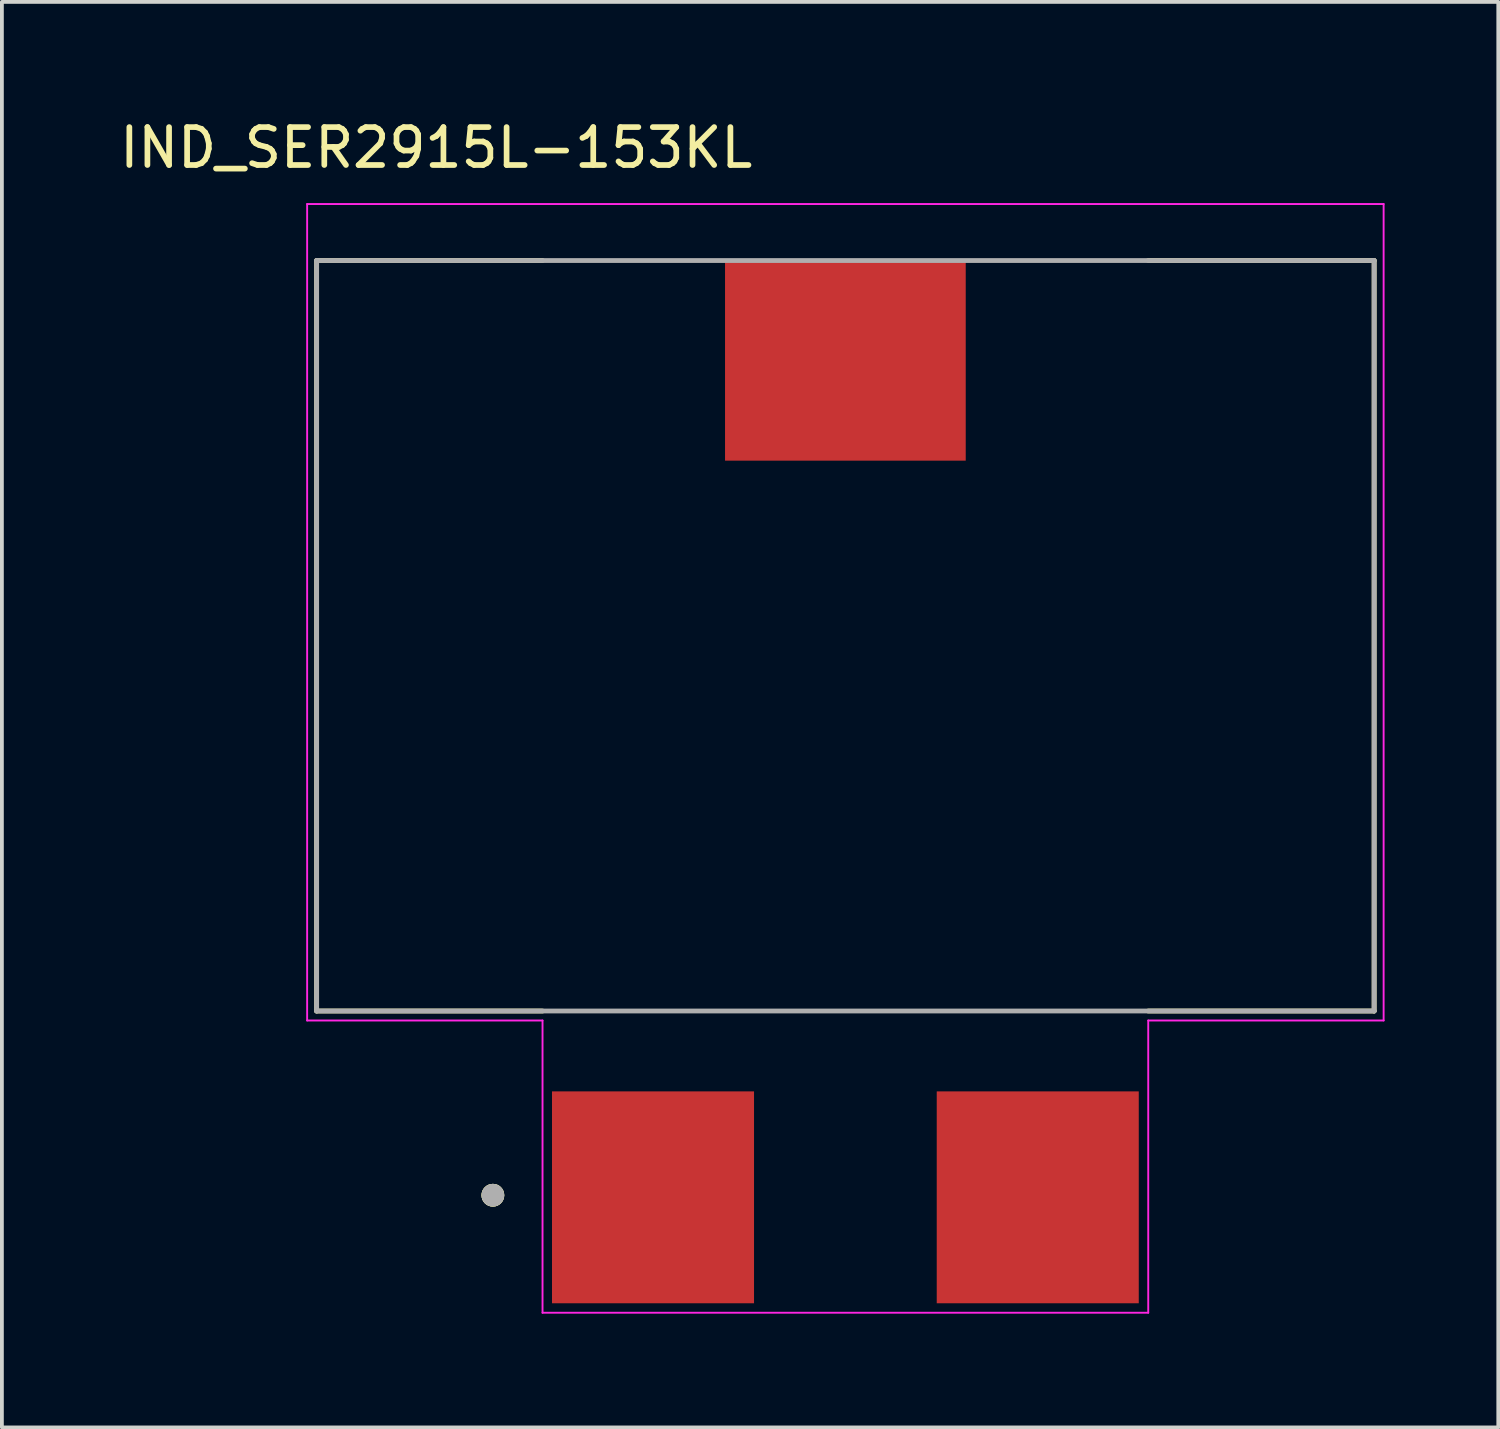
<source format=kicad_pcb>
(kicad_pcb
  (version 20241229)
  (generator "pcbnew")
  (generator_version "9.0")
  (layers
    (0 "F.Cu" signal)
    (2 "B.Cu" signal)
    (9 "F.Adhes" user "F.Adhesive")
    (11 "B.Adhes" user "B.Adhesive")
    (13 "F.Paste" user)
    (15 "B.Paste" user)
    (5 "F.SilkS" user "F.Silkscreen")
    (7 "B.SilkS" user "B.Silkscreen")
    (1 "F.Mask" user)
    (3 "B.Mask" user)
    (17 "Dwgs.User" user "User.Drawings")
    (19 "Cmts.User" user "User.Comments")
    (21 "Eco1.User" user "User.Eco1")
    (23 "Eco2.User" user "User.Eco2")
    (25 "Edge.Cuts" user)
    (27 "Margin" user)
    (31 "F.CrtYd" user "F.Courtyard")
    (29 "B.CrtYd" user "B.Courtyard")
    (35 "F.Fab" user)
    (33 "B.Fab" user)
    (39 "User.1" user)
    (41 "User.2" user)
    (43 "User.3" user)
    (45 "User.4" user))
  (footprint "IND_SER2915L-153KL"
    (layer "F.Cu")
    (at 19.253 14.183)
    (property "Reference" "IND_SER2915L-153KL" (at -10.795 -13.335 0) (layer "F.SilkS") (effects (font (size 1 1) (thickness 0.15))))
    (attr through_hole)
    (fp_line (start -13.95 -10.36) (end -7.99 -10.36) (stroke (width 0.127) (type solid)) (layer "F.SilkS"))
    (fp_line (start -13.95 9.44) (end -13.95 -10.36) (stroke (width 0.127) (type solid)) (layer "F.SilkS"))
    (fp_line (start -7.99 9.44) (end -13.95 9.44) (stroke (width 0.127) (type solid)) (layer "F.SilkS"))
    (fp_line (start 7.99 -10.36) (end 13.95 -10.36) (stroke (width 0.127) (type solid)) (layer "F.SilkS"))
    (fp_line (start 13.95 -10.36) (end 13.95 9.44) (stroke (width 0.127) (type solid)) (layer "F.SilkS"))
    (fp_line (start 13.95 9.44) (end 7.99 9.44) (stroke (width 0.127) (type solid)) (layer "F.SilkS"))
    (fp_circle (center -9.3 14.3) (end -9.15 14.3) (stroke (width 0.3) (type solid)) (fill no) (layer "F.SilkS"))
    (fp_circle (center -9.3 14.3) (end -9.15 14.3) (stroke (width 0.3) (type solid)) (fill no) (layer "F.SilkS"))
    (fp_line (start -14.2 -11.85) (end 14.2 -11.85) (stroke (width 0.05) (type solid)) (layer "F.CrtYd"))
    (fp_line (start -14.2 9.69) (end -14.2 -11.85) (stroke (width 0.05) (type solid)) (layer "F.CrtYd"))
    (fp_line (start -7.99 9.69) (end -14.2 9.69) (stroke (width 0.05) (type solid)) (layer "F.CrtYd"))
    (fp_line (start -7.99 17.4) (end -7.99 9.69) (stroke (width 0.05) (type solid)) (layer "F.CrtYd"))
    (fp_line (start 7.99 9.69) (end 7.99 17.4) (stroke (width 0.05) (type solid)) (layer "F.CrtYd"))
    (fp_line (start 7.99 17.4) (end -7.99 17.4) (stroke (width 0.05) (type solid)) (layer "F.CrtYd"))
    (fp_line (start 14.2 -11.85) (end 14.2 9.69) (stroke (width 0.05) (type solid)) (layer "F.CrtYd"))
    (fp_line (start 14.2 9.69) (end 7.99 9.69) (stroke (width 0.05) (type solid)) (layer "F.CrtYd"))
    (fp_line (start -13.95 -10.36) (end 13.95 -10.36) (stroke (width 0.127) (type solid)) (layer "F.Fab"))
    (fp_line (start -13.95 9.44) (end -13.95 -10.36) (stroke (width 0.127) (type solid)) (layer "F.Fab"))
    (fp_line (start 13.95 -10.36) (end 13.95 9.44) (stroke (width 0.127) (type solid)) (layer "F.Fab"))
    (fp_line (start 13.95 9.44) (end -13.95 9.44) (stroke (width 0.127) (type solid)) (layer "F.Fab"))
    (fp_circle (center -9.3 14.3) (end -9.15 14.3) (stroke (width 0.3) (type solid)) (fill no) (layer "F.Fab"))
    (pad "1" smd rect (at -5.075 14.355) (size 5.33 5.59) (layers "F.Cu" "F.Mask" "F.Paste"))
    (pad "2" smd rect (at 5.075 14.355) (size 5.33 5.59) (layers "F.Cu" "F.Mask" "F.Paste"))
    (pad "3" smd rect (at 0 -7.72) (size 6.35 5.28) (layers "F.Cu" "F.Mask" "F.Paste")))
  (gr_rect
    (start -3 -3)
    (end 36.478 34.608)
    (stroke (width 0.1) (type default))
    (fill no)
    (layer "Edge.Cuts")))
</source>
